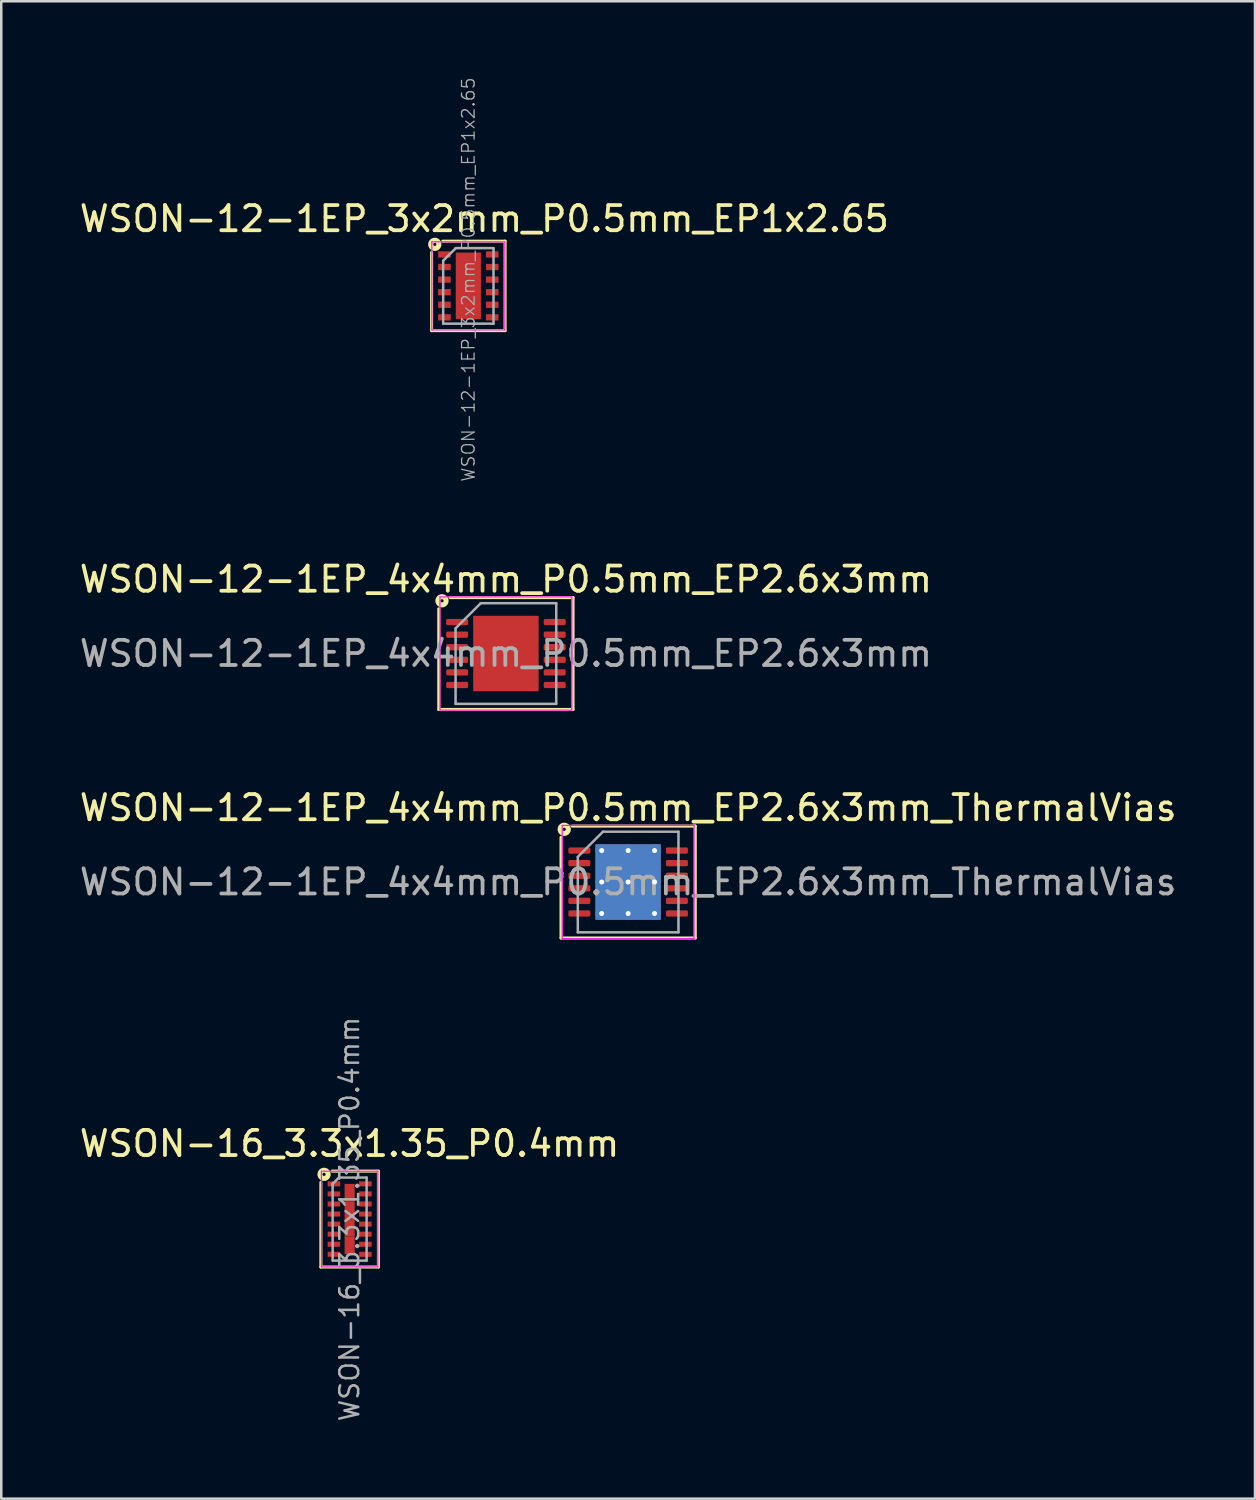
<source format=kicad_pcb>
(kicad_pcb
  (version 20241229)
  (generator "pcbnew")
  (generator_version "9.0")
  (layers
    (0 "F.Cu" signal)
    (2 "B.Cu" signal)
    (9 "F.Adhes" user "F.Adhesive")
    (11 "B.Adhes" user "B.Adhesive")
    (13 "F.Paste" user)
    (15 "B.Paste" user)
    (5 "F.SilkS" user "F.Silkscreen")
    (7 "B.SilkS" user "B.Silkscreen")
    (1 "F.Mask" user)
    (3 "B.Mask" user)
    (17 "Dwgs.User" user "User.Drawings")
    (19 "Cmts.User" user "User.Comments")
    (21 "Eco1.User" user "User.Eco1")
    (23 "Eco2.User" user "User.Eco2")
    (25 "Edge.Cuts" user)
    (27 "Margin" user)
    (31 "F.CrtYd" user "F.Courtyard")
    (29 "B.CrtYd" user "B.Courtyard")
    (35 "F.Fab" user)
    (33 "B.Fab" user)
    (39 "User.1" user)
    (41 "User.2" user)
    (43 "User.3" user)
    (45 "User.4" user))
  (footprint "WSON-12-1EP_4x4mm_P0.5mm_EP2.6x3mm"
    (layer "F.Cu")
    (at 17.054 22.92)
    (property "Reference" "WSON-12-1EP_4x4mm_P0.5mm_EP2.6x3mm" (at 0 -2.95 0) (layer "F.SilkS") (effects (font (size 1 1) (thickness 0.15))))
    (attr smd)
    (fp_line (start -2.667 2.223) (end -2.667 -1.778) (stroke (width 0.12) (type solid)) (layer "F.SilkS"))
    (fp_line (start -2.223 -2.223) (end 2.603 -2.223) (stroke (width 0.12) (type solid)) (layer "F.SilkS"))
    (fp_line (start 2.603 -2.223) (end 2.667 -2.223) (stroke (width 0.12) (type solid)) (layer "F.SilkS"))
    (fp_line (start 2.667 -2.223) (end 2.667 2.223) (stroke (width 0.12) (type solid)) (layer "F.SilkS"))
    (fp_line (start 2.667 2.223) (end -2.667 2.223) (stroke (width 0.12) (type solid)) (layer "F.SilkS"))
    (fp_circle (center -2.54 -2.095) (end -2.477 -2.095) (stroke (width 0.2) (type solid)) (fill no) (layer "F.SilkS"))
    (fp_line (start -2.62 -2.25) (end -2.62 2.25) (stroke (width 0.05) (type solid)) (layer "F.CrtYd"))
    (fp_line (start -2.62 2.25) (end 2.62 2.25) (stroke (width 0.05) (type solid)) (layer "F.CrtYd"))
    (fp_line (start 2.62 -2.25) (end -2.62 -2.25) (stroke (width 0.05) (type solid)) (layer "F.CrtYd"))
    (fp_line (start 2.62 2.25) (end 2.62 -2.25) (stroke (width 0.05) (type solid)) (layer "F.CrtYd"))
    (fp_line (start -2 -1) (end -1 -2) (stroke (width 0.1) (type solid)) (layer "F.Fab"))
    (fp_line (start -2 2) (end -2 -1) (stroke (width 0.1) (type solid)) (layer "F.Fab"))
    (fp_line (start -1 -2) (end 2 -2) (stroke (width 0.1) (type solid)) (layer "F.Fab"))
    (fp_line (start 2 -2) (end 2 2) (stroke (width 0.1) (type solid)) (layer "F.Fab"))
    (fp_line (start 2 2) (end -2 2) (stroke (width 0.1) (type solid)) (layer "F.Fab"))
    (fp_text user "${REFERENCE}" (at 0 0 0) (layer "F.Fab") (effects (font (size 1 1) (thickness 0.15))))
    (pad "" smd roundrect (at -0.65 -0.75) (size 1.05 1.21) (layers "F.Paste") (roundrect_rratio 0.238))
    (pad "" smd roundrect (at -0.65 0.75) (size 1.05 1.21) (layers "F.Paste") (roundrect_rratio 0.238))
    (pad "" smd roundrect (at 0.65 -0.75) (size 1.05 1.21) (layers "F.Paste") (roundrect_rratio 0.238))
    (pad "" smd roundrect (at 0.65 0.75) (size 1.05 1.21) (layers "F.Paste") (roundrect_rratio 0.238))
    (pad "1" smd roundrect (at -1.938 -1.25) (size 0.875 0.25) (layers "F.Cu" "F.Mask" "F.Paste") (roundrect_rratio 0.25))
    (pad "2" smd roundrect (at -1.938 -0.75) (size 0.875 0.25) (layers "F.Cu" "F.Mask" "F.Paste") (roundrect_rratio 0.25))
    (pad "3" smd roundrect (at -1.938 -0.25) (size 0.875 0.25) (layers "F.Cu" "F.Mask" "F.Paste") (roundrect_rratio 0.25))
    (pad "4" smd roundrect (at -1.938 0.25) (size 0.875 0.25) (layers "F.Cu" "F.Mask" "F.Paste") (roundrect_rratio 0.25))
    (pad "5" smd roundrect (at -1.938 0.75) (size 0.875 0.25) (layers "F.Cu" "F.Mask" "F.Paste") (roundrect_rratio 0.25))
    (pad "6" smd roundrect (at -1.938 1.25) (size 0.875 0.25) (layers "F.Cu" "F.Mask" "F.Paste") (roundrect_rratio 0.25))
    (pad "7" smd roundrect (at 1.938 1.25) (size 0.875 0.25) (layers "F.Cu" "F.Mask" "F.Paste") (roundrect_rratio 0.25))
    (pad "8" smd roundrect (at 1.938 0.75) (size 0.875 0.25) (layers "F.Cu" "F.Mask" "F.Paste") (roundrect_rratio 0.25))
    (pad "9" smd roundrect (at 1.938 0.25) (size 0.875 0.25) (layers "F.Cu" "F.Mask" "F.Paste") (roundrect_rratio 0.25))
    (pad "10" smd roundrect (at 1.938 -0.25) (size 0.875 0.25) (layers "F.Cu" "F.Mask" "F.Paste") (roundrect_rratio 0.25))
    (pad "11" smd roundrect (at 1.938 -0.75) (size 0.875 0.25) (layers "F.Cu" "F.Mask" "F.Paste") (roundrect_rratio 0.25))
    (pad "12" smd roundrect (at 1.938 -1.25) (size 0.875 0.25) (layers "F.Cu" "F.Mask" "F.Paste") (roundrect_rratio 0.25))
    (pad "13" smd rect (at 0 0) (size 2.6 3) (layers "F.Cu" "F.Mask")))
  (footprint "WSON-12-1EP_4x4mm_P0.5mm_EP2.6x3mm_ThermalVias"
    (layer "F.Cu")
    (at 21.911 32)
    (property "Reference" "WSON-12-1EP_4x4mm_P0.5mm_EP2.6x3mm_ThermalVias" (at 0 -2.95 0) (layer "F.SilkS") (effects (font (size 1 1) (thickness 0.15))))
    (attr smd)
    (fp_line (start -2.667 2.223) (end -2.667 -1.778) (stroke (width 0.12) (type solid)) (layer "F.SilkS"))
    (fp_line (start -2.223 -2.223) (end 2.603 -2.223) (stroke (width 0.12) (type solid)) (layer "F.SilkS"))
    (fp_line (start 2.603 -2.223) (end 2.667 -2.223) (stroke (width 0.12) (type solid)) (layer "F.SilkS"))
    (fp_line (start 2.667 -2.223) (end 2.667 2.223) (stroke (width 0.12) (type solid)) (layer "F.SilkS"))
    (fp_line (start 2.667 2.223) (end -2.667 2.223) (stroke (width 0.12) (type solid)) (layer "F.SilkS"))
    (fp_circle (center -2.54 -2.095) (end -2.477 -2.095) (stroke (width 0.2) (type solid)) (fill no) (layer "F.SilkS"))
    (fp_line (start -2.62 -2.25) (end -2.62 2.25) (stroke (width 0.05) (type solid)) (layer "F.CrtYd"))
    (fp_line (start -2.62 2.25) (end 2.62 2.25) (stroke (width 0.05) (type solid)) (layer "F.CrtYd"))
    (fp_line (start 2.62 -2.25) (end -2.62 -2.25) (stroke (width 0.05) (type solid)) (layer "F.CrtYd"))
    (fp_line (start 2.62 2.25) (end 2.62 -2.25) (stroke (width 0.05) (type solid)) (layer "F.CrtYd"))
    (fp_line (start -2 -1) (end -1 -2) (stroke (width 0.1) (type solid)) (layer "F.Fab"))
    (fp_line (start -2 2) (end -2 -1) (stroke (width 0.1) (type solid)) (layer "F.Fab"))
    (fp_line (start -1 -2) (end 2 -2) (stroke (width 0.1) (type solid)) (layer "F.Fab"))
    (fp_line (start 2 -2) (end 2 2) (stroke (width 0.1) (type solid)) (layer "F.Fab"))
    (fp_line (start 2 2) (end -2 2) (stroke (width 0.1) (type solid)) (layer "F.Fab"))
    (fp_text user "${REFERENCE}" (at 0 0 0) (layer "F.Fab") (effects (font (size 1 1) (thickness 0.15))))
    (pad "" smd roundrect (at -0.65 -0.75) (size 1.13 1.3) (layers "F.Paste") (roundrect_rratio 0.221))
    (pad "" smd roundrect (at -0.65 0.75) (size 1.13 1.3) (layers "F.Paste") (roundrect_rratio 0.221))
    (pad "" smd roundrect (at 0.65 -0.75) (size 1.13 1.3) (layers "F.Paste") (roundrect_rratio 0.221))
    (pad "" smd roundrect (at 0.65 0.75) (size 1.13 1.3) (layers "F.Paste") (roundrect_rratio 0.221))
    (pad "1" smd roundrect (at -1.938 -1.25) (size 0.875 0.25) (layers "F.Cu" "F.Mask" "F.Paste") (roundrect_rratio 0.25))
    (pad "2" smd roundrect (at -1.938 -0.75) (size 0.875 0.25) (layers "F.Cu" "F.Mask" "F.Paste") (roundrect_rratio 0.25))
    (pad "3" smd roundrect (at -1.938 -0.25) (size 0.875 0.25) (layers "F.Cu" "F.Mask" "F.Paste") (roundrect_rratio 0.25))
    (pad "4" smd roundrect (at -1.938 0.25) (size 0.875 0.25) (layers "F.Cu" "F.Mask" "F.Paste") (roundrect_rratio 0.25))
    (pad "5" smd roundrect (at -1.938 0.75) (size 0.875 0.25) (layers "F.Cu" "F.Mask" "F.Paste") (roundrect_rratio 0.25))
    (pad "6" smd roundrect (at -1.938 1.25) (size 0.875 0.25) (layers "F.Cu" "F.Mask" "F.Paste") (roundrect_rratio 0.25))
    (pad "7" smd roundrect (at 1.938 1.25) (size 0.875 0.25) (layers "F.Cu" "F.Mask" "F.Paste") (roundrect_rratio 0.25))
    (pad "8" smd roundrect (at 1.938 0.75) (size 0.875 0.25) (layers "F.Cu" "F.Mask" "F.Paste") (roundrect_rratio 0.25))
    (pad "9" smd roundrect (at 1.938 0.25) (size 0.875 0.25) (layers "F.Cu" "F.Mask" "F.Paste") (roundrect_rratio 0.25))
    (pad "10" smd roundrect (at 1.938 -0.25) (size 0.875 0.25) (layers "F.Cu" "F.Mask" "F.Paste") (roundrect_rratio 0.25))
    (pad "11" smd roundrect (at 1.938 -0.75) (size 0.875 0.25) (layers "F.Cu" "F.Mask" "F.Paste") (roundrect_rratio 0.25))
    (pad "12" smd roundrect (at 1.938 -1.25) (size 0.875 0.25) (layers "F.Cu" "F.Mask" "F.Paste") (roundrect_rratio 0.25))
    (pad "13" thru_hole circle (at -1.05 -1.25) (size 0.5 0.5) (drill 0.2) (layers "*.Cu"))
    (pad "13" thru_hole circle (at -1.05 0) (size 0.5 0.5) (drill 0.2) (layers "*.Cu"))
    (pad "13" thru_hole circle (at -1.05 1.25) (size 0.5 0.5) (drill 0.2) (layers "*.Cu"))
    (pad "13" thru_hole circle (at 0 -1.25) (size 0.5 0.5) (drill 0.2) (layers "*.Cu"))
    (pad "13" thru_hole circle (at 0 0) (size 0.5 0.5) (drill 0.2) (layers "*.Cu"))
    (pad "13" smd rect (at 0 0) (size 2.6 3) (layers "F.Cu" "F.Mask"))
    (pad "13" smd rect (at 0 0) (size 2.6 3) (layers "B.Cu" "B.Mask"))
    (pad "13" thru_hole circle (at 0 1.25) (size 0.5 0.5) (drill 0.2) (layers "*.Cu"))
    (pad "13" thru_hole circle (at 1.05 -1.25) (size 0.5 0.5) (drill 0.2) (layers "*.Cu"))
    (pad "13" thru_hole circle (at 1.05 0) (size 0.5 0.5) (drill 0.2) (layers "*.Cu"))
    (pad "13" thru_hole circle (at 1.05 1.25) (size 0.5 0.5) (drill 0.2) (layers "*.Cu")))
  (footprint "WSON-16_3.3x1.35_P0.4mm"
    (layer "F.Cu")
    (at 10.844 45.394)
    (property "Reference" "WSON-16_3.3x1.35_P0.4mm" (at -0.005 -3 0) (layer "F.SilkS") (effects (font (size 1 1) (thickness 0.15))))
    (attr smd)
    (fp_line (start -1.143 1.905) (end -1.143 -1.46) (stroke (width 0.12) (type solid)) (layer "F.SilkS"))
    (fp_line (start -0.699 -1.905) (end 1.143 -1.905) (stroke (width 0.12) (type solid)) (layer "F.SilkS"))
    (fp_line (start 1.143 -1.905) (end 1.143 1.905) (stroke (width 0.12) (type solid)) (layer "F.SilkS"))
    (fp_line (start 1.143 1.905) (end -1.143 1.905) (stroke (width 0.12) (type solid)) (layer "F.SilkS"))
    (fp_circle (center -1.016 -1.778) (end -0.953 -1.778) (stroke (width 0.2) (type solid)) (fill no) (layer "F.SilkS"))
    (fp_line (start -1.12 -1.9) (end 1.12 -1.9) (stroke (width 0.05) (type solid)) (layer "F.CrtYd"))
    (fp_line (start -1.12 1.9) (end -1.12 -1.9) (stroke (width 0.05) (type solid)) (layer "F.CrtYd"))
    (fp_line (start 1.12 -1.9) (end 1.12 1.9) (stroke (width 0.05) (type solid)) (layer "F.CrtYd"))
    (fp_line (start 1.12 1.9) (end -1.12 1.9) (stroke (width 0.05) (type solid)) (layer "F.CrtYd"))
    (fp_line (start -0.675 1.65) (end -0.675 -1.4) (stroke (width 0.1) (type solid)) (layer "F.Fab"))
    (fp_line (start -0.425 -1.65) (end -0.675 -1.4) (stroke (width 0.1) (type solid)) (layer "F.Fab"))
    (fp_line (start -0.425 -1.65) (end 0.675 -1.65) (stroke (width 0.1) (type solid)) (layer "F.Fab"))
    (fp_line (start 0.675 -1.65) (end 0.675 1.65) (stroke (width 0.1) (type solid)) (layer "F.Fab"))
    (fp_line (start 0.675 1.65) (end -0.675 1.65) (stroke (width 0.1) (type solid)) (layer "F.Fab"))
    (fp_text user "${REFERENCE}" (at -0.005 0 90) (layer "F.Fab") (effects (font (size 0.75 0.75) (thickness 0.1))))
    (pad "1" smd rect (at -0.625 -1.4 270) (size 0.2 0.5) (layers "F.Cu" "F.Mask" "F.Paste"))
    (pad "2" smd rect (at -0.625 -1 270) (size 0.2 0.5) (layers "F.Cu" "F.Mask" "F.Paste"))
    (pad "3" smd rect (at -0.625 -0.6 270) (size 0.2 0.5) (layers "F.Cu" "F.Mask" "F.Paste"))
    (pad "4" smd rect (at -0.625 -0.2 270) (size 0.2 0.5) (layers "F.Cu" "F.Mask" "F.Paste"))
    (pad "5" smd rect (at -0.625 0.2 270) (size 0.2 0.5) (layers "F.Cu" "F.Mask" "F.Paste"))
    (pad "6" smd rect (at -0.625 0.6 270) (size 0.2 0.5) (layers "F.Cu" "F.Mask" "F.Paste"))
    (pad "7" smd rect (at -0.625 1 270) (size 0.2 0.5) (layers "F.Cu" "F.Mask" "F.Paste"))
    (pad "8" smd rect (at -0.625 1.4 270) (size 0.2 0.5) (layers "F.Cu" "F.Mask" "F.Paste"))
    (pad "9" smd rect (at 0.625 1.4 270) (size 0.2 0.5) (layers "F.Cu" "F.Mask" "F.Paste"))
    (pad "10" smd rect (at 0.625 1 270) (size 0.2 0.5) (layers "F.Cu" "F.Mask" "F.Paste"))
    (pad "11" smd rect (at 0.625 0.6 270) (size 0.2 0.5) (layers "F.Cu" "F.Mask" "F.Paste"))
    (pad "12" smd rect (at 0.625 0.2 270) (size 0.2 0.5) (layers "F.Cu" "F.Mask" "F.Paste"))
    (pad "13" smd rect (at 0.625 -0.2 270) (size 0.2 0.5) (layers "F.Cu" "F.Mask" "F.Paste"))
    (pad "14" smd rect (at 0.625 -0.6 270) (size 0.2 0.5) (layers "F.Cu" "F.Mask" "F.Paste"))
    (pad "15" smd rect (at 0.625 -1 270) (size 0.2 0.5) (layers "F.Cu" "F.Mask" "F.Paste"))
    (pad "16" smd rect (at 0.625 -1.4 270) (size 0.2 0.5) (layers "F.Cu" "F.Mask" "F.Paste"))
    (pad "17" smd rect (at 0 -1.05 270) (size 0.7 0.4) (layers "F.Cu" "F.Mask" "F.Paste"))
    (pad "17" smd rect (at 0 -0.35 270) (size 0.7 0.4) (layers "F.Cu" "F.Mask" "F.Paste"))
    (pad "17" smd rect (at 0 0.35 270) (size 0.7 0.4) (layers "F.Cu" "F.Mask" "F.Paste"))
    (pad "17" smd rect (at 0 1.05 270) (size 0.7 0.4) (layers "F.Cu" "F.Mask" "F.Paste")))
  (footprint "WSON-12-1EP_3x2mm_P0.5mm_EP1x2.65"
    (layer "F.Cu")
    (at 15.561 8.311)
    (property "Reference" "WSON-12-1EP_3x2mm_P0.5mm_EP1x2.65" (at 0.635 -2.667 0) (layer "F.SilkS") (effects (font (size 1 1) (thickness 0.15))))
    (attr smd)
    (fp_line (start -1.46 1.778) (end -1.46 -1.333) (stroke (width 0.12) (type solid)) (layer "F.SilkS"))
    (fp_line (start -1.016 -1.778) (end 1.46 -1.778) (stroke (width 0.12) (type solid)) (layer "F.SilkS"))
    (fp_line (start 1.46 -1.778) (end 1.46 1.778) (stroke (width 0.12) (type solid)) (layer "F.SilkS"))
    (fp_line (start 1.46 1.778) (end -1.46 1.778) (stroke (width 0.12) (type solid)) (layer "F.SilkS"))
    (fp_circle (center -1.333 -1.651) (end -1.27 -1.651) (stroke (width 0.2) (type solid)) (fill no) (layer "F.SilkS"))
    (fp_line (start -1.45 -1.75) (end 1.45 -1.75) (stroke (width 0.05) (type solid)) (layer "F.CrtYd"))
    (fp_line (start -1.45 1.75) (end -1.45 -1.75) (stroke (width 0.05) (type solid)) (layer "F.CrtYd"))
    (fp_line (start 1.45 -1.75) (end 1.45 1.75) (stroke (width 0.05) (type solid)) (layer "F.CrtYd"))
    (fp_line (start 1.45 1.75) (end -1.45 1.75) (stroke (width 0.05) (type solid)) (layer "F.CrtYd"))
    (fp_line (start -1 -1) (end -0.5 -1.5) (stroke (width 0.1) (type solid)) (layer "F.Fab"))
    (fp_line (start -1 1.5) (end -1 -1) (stroke (width 0.1) (type solid)) (layer "F.Fab"))
    (fp_line (start -0.5 -1.5) (end 1 -1.5) (stroke (width 0.1) (type solid)) (layer "F.Fab"))
    (fp_line (start 1 -1.5) (end 1 1.5) (stroke (width 0.1) (type solid)) (layer "F.Fab"))
    (fp_line (start 1 1.5) (end -1 1.5) (stroke (width 0.1) (type solid)) (layer "F.Fab"))
    (fp_text user "${REFERENCE}" (at 0 -0.25 90) (layer "F.Fab") (effects (font (size 0.5 0.5) (thickness 0.05))))
    (pad "" smd rect (at 0 -0.685) (size 0.95 1.17) (layers "F.Paste"))
    (pad "" smd rect (at 0 0.685) (size 0.95 1.17) (layers "F.Paste"))
    (pad "1" smd rect (at -0.95 -1.25) (size 0.5 0.25) (layers "F.Cu" "F.Mask" "F.Paste"))
    (pad "2" smd rect (at -0.95 -0.75) (size 0.5 0.25) (layers "F.Cu" "F.Mask" "F.Paste"))
    (pad "3" smd rect (at -0.95 -0.25) (size 0.5 0.25) (layers "F.Cu" "F.Mask" "F.Paste"))
    (pad "4" smd rect (at -0.95 0.25) (size 0.5 0.25) (layers "F.Cu" "F.Mask" "F.Paste"))
    (pad "5" smd rect (at -0.95 0.75) (size 0.5 0.25) (layers "F.Cu" "F.Mask" "F.Paste"))
    (pad "6" smd rect (at -0.95 1.25) (size 0.5 0.25) (layers "F.Cu" "F.Mask" "F.Paste"))
    (pad "7" smd rect (at 0.95 1.25) (size 0.5 0.25) (layers "F.Cu" "F.Mask" "F.Paste"))
    (pad "8" smd rect (at 0.95 0.75) (size 0.5 0.25) (layers "F.Cu" "F.Mask" "F.Paste"))
    (pad "9" smd rect (at 0.95 0.25) (size 0.5 0.25) (layers "F.Cu" "F.Mask" "F.Paste"))
    (pad "10" smd rect (at 0.95 -0.25) (size 0.5 0.25) (layers "F.Cu" "F.Mask" "F.Paste"))
    (pad "11" smd rect (at 0.95 -0.75) (size 0.5 0.25) (layers "F.Cu" "F.Mask" "F.Paste"))
    (pad "12" smd rect (at 0.95 -1.25) (size 0.5 0.25) (layers "F.Cu" "F.Mask" "F.Paste"))
    (pad "13" smd rect (at 0 0) (size 1 2.65) (layers "F.Cu" "F.Mask")))
  (gr_rect
    (start -3 -3)
    (end 46.821 56.504)
    (stroke (width 0.1) (type default))
    (fill no)
    (layer "Edge.Cuts")))
</source>
